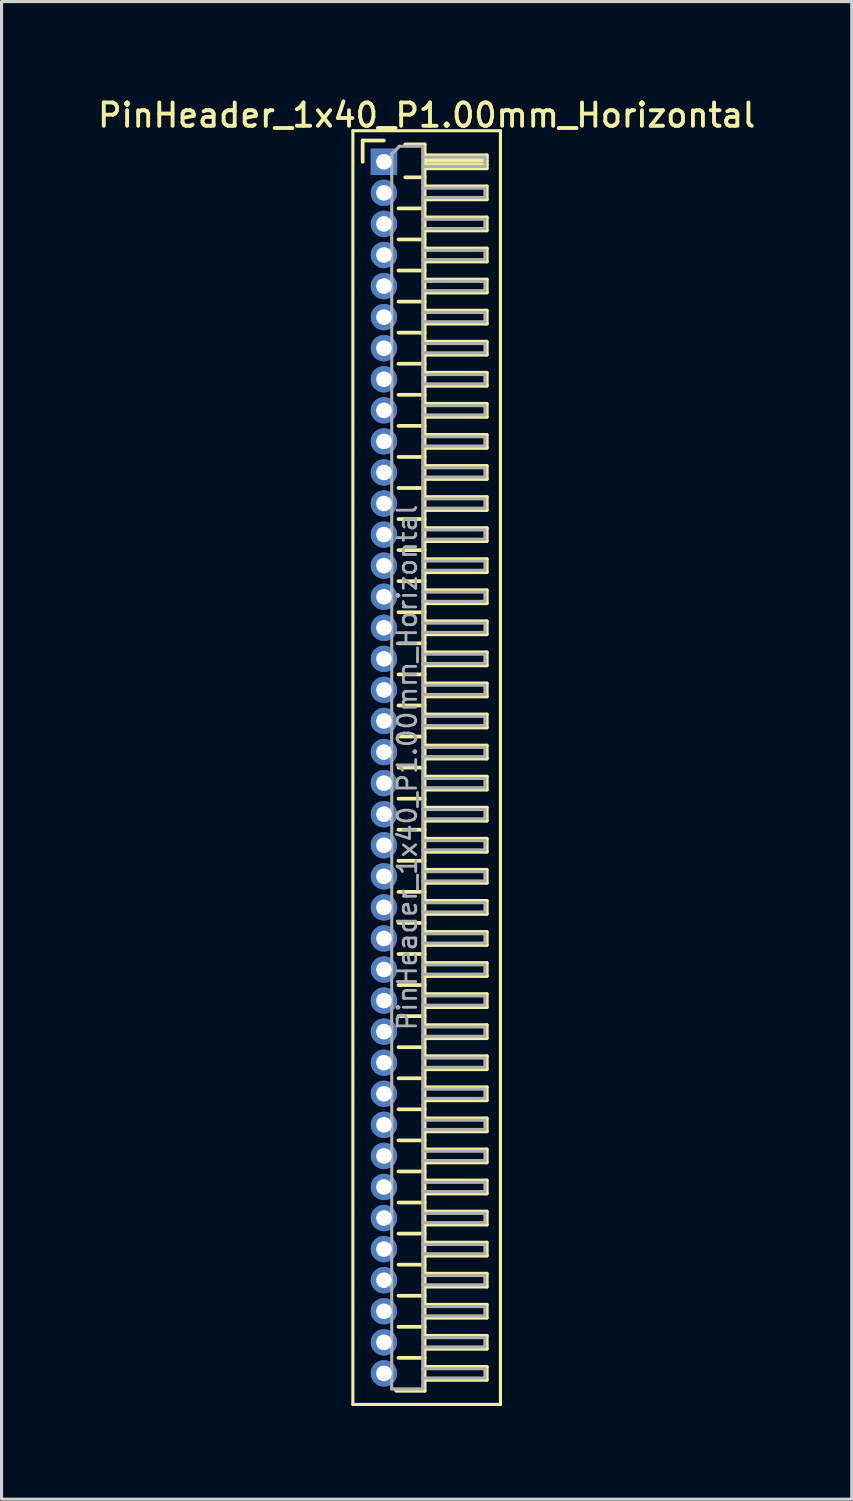
<source format=kicad_pcb>
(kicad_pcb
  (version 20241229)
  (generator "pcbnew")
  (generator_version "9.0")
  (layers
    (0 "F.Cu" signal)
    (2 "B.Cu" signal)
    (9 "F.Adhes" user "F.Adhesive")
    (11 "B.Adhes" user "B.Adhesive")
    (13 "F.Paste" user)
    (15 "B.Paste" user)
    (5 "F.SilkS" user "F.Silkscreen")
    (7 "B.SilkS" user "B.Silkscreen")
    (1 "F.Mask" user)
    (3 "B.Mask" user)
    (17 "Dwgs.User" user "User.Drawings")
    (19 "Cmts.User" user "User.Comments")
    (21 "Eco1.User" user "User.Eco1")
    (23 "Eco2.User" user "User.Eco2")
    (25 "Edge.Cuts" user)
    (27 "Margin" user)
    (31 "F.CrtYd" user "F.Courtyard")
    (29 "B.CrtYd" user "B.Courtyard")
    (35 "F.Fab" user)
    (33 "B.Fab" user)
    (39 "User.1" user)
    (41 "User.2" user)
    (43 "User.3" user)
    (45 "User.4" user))
  (footprint "PinHeader_1x40_P1.00mm_Horizontal"
    (layer "F.Cu")
    (at 9.309 2.158)
    (property "Reference" "PinHeader_1x40_P1.00mm_Horizontal" (at 1.375 -1.5 0) (layer "F.SilkS") (effects (font (size 0.75 0.75) (thickness 0.125))))
    (attr through_hole)
    (fp_line (start -1 -1) (end -1 40) (stroke (width 0.1) (type solid)) (layer "F.SilkS"))
    (fp_line (start -1 40) (end 3.75 40) (stroke (width 0.1) (type solid)) (layer "F.SilkS"))
    (fp_line (start -0.685 -0.685) (end 0 -0.685) (stroke (width 0.12) (type solid)) (layer "F.SilkS"))
    (fp_line (start -0.685 0) (end -0.685 -0.685) (stroke (width 0.12) (type solid)) (layer "F.SilkS"))
    (fp_line (start 0.468 1.5) (end 1.31 1.5) (stroke (width 0.12) (type solid)) (layer "F.SilkS"))
    (fp_line (start 0.468 2.5) (end 1.31 2.5) (stroke (width 0.12) (type solid)) (layer "F.SilkS"))
    (fp_line (start 0.468 3.5) (end 1.31 3.5) (stroke (width 0.12) (type solid)) (layer "F.SilkS"))
    (fp_line (start 0.468 4.5) (end 1.31 4.5) (stroke (width 0.12) (type solid)) (layer "F.SilkS"))
    (fp_line (start 0.468 5.5) (end 1.31 5.5) (stroke (width 0.12) (type solid)) (layer "F.SilkS"))
    (fp_line (start 0.468 6.5) (end 1.31 6.5) (stroke (width 0.12) (type solid)) (layer "F.SilkS"))
    (fp_line (start 0.468 7.5) (end 1.31 7.5) (stroke (width 0.12) (type solid)) (layer "F.SilkS"))
    (fp_line (start 0.468 8.5) (end 1.31 8.5) (stroke (width 0.12) (type solid)) (layer "F.SilkS"))
    (fp_line (start 0.468 9.5) (end 1.31 9.5) (stroke (width 0.12) (type solid)) (layer "F.SilkS"))
    (fp_line (start 0.468 10.5) (end 1.31 10.5) (stroke (width 0.12) (type solid)) (layer "F.SilkS"))
    (fp_line (start 0.468 11.5) (end 1.31 11.5) (stroke (width 0.12) (type solid)) (layer "F.SilkS"))
    (fp_line (start 0.468 12.5) (end 1.31 12.5) (stroke (width 0.12) (type solid)) (layer "F.SilkS"))
    (fp_line (start 0.468 13.5) (end 1.31 13.5) (stroke (width 0.12) (type solid)) (layer "F.SilkS"))
    (fp_line (start 0.468 14.5) (end 1.31 14.5) (stroke (width 0.12) (type solid)) (layer "F.SilkS"))
    (fp_line (start 0.468 15.5) (end 1.31 15.5) (stroke (width 0.12) (type solid)) (layer "F.SilkS"))
    (fp_line (start 0.468 16.5) (end 1.31 16.5) (stroke (width 0.12) (type solid)) (layer "F.SilkS"))
    (fp_line (start 0.468 17.5) (end 1.31 17.5) (stroke (width 0.12) (type solid)) (layer "F.SilkS"))
    (fp_line (start 0.468 18.5) (end 1.31 18.5) (stroke (width 0.12) (type solid)) (layer "F.SilkS"))
    (fp_line (start 0.468 19.5) (end 1.31 19.5) (stroke (width 0.12) (type solid)) (layer "F.SilkS"))
    (fp_line (start 0.468 20.5) (end 1.31 20.5) (stroke (width 0.12) (type solid)) (layer "F.SilkS"))
    (fp_line (start 0.468 21.5) (end 1.31 21.5) (stroke (width 0.12) (type solid)) (layer "F.SilkS"))
    (fp_line (start 0.468 22.5) (end 1.31 22.5) (stroke (width 0.12) (type solid)) (layer "F.SilkS"))
    (fp_line (start 0.468 23.5) (end 1.31 23.5) (stroke (width 0.12) (type solid)) (layer "F.SilkS"))
    (fp_line (start 0.468 24.5) (end 1.31 24.5) (stroke (width 0.12) (type solid)) (layer "F.SilkS"))
    (fp_line (start 0.468 25.5) (end 1.31 25.5) (stroke (width 0.12) (type solid)) (layer "F.SilkS"))
    (fp_line (start 0.468 26.5) (end 1.31 26.5) (stroke (width 0.12) (type solid)) (layer "F.SilkS"))
    (fp_line (start 0.468 27.5) (end 1.31 27.5) (stroke (width 0.12) (type solid)) (layer "F.SilkS"))
    (fp_line (start 0.468 28.5) (end 1.31 28.5) (stroke (width 0.12) (type solid)) (layer "F.SilkS"))
    (fp_line (start 0.468 29.5) (end 1.31 29.5) (stroke (width 0.12) (type solid)) (layer "F.SilkS"))
    (fp_line (start 0.468 30.5) (end 1.31 30.5) (stroke (width 0.12) (type solid)) (layer "F.SilkS"))
    (fp_line (start 0.468 31.5) (end 1.31 31.5) (stroke (width 0.12) (type solid)) (layer "F.SilkS"))
    (fp_line (start 0.468 32.5) (end 1.31 32.5) (stroke (width 0.12) (type solid)) (layer "F.SilkS"))
    (fp_line (start 0.468 33.5) (end 1.31 33.5) (stroke (width 0.12) (type solid)) (layer "F.SilkS"))
    (fp_line (start 0.468 34.5) (end 1.31 34.5) (stroke (width 0.12) (type solid)) (layer "F.SilkS"))
    (fp_line (start 0.468 35.5) (end 1.31 35.5) (stroke (width 0.12) (type solid)) (layer "F.SilkS"))
    (fp_line (start 0.468 36.5) (end 1.31 36.5) (stroke (width 0.12) (type solid)) (layer "F.SilkS"))
    (fp_line (start 0.468 37.5) (end 1.31 37.5) (stroke (width 0.12) (type solid)) (layer "F.SilkS"))
    (fp_line (start 0.468 38.5) (end 1.31 38.5) (stroke (width 0.12) (type solid)) (layer "F.SilkS"))
    (fp_line (start 0.685 -0.56) (end 1.31 -0.56) (stroke (width 0.12) (type solid)) (layer "F.SilkS"))
    (fp_line (start 0.685 0.5) (end 1.31 0.5) (stroke (width 0.12) (type solid)) (layer "F.SilkS"))
    (fp_line (start 1.31 -0.56) (end 1.31 39.56) (stroke (width 0.12) (type solid)) (layer "F.SilkS"))
    (fp_line (start 1.31 -0.21) (end 3.31 -0.21) (stroke (width 0.12) (type solid)) (layer "F.SilkS"))
    (fp_line (start 1.31 -0.15) (end 3.31 -0.15) (stroke (width 0.12) (type solid)) (layer "F.SilkS"))
    (fp_line (start 1.31 -0.03) (end 3.31 -0.03) (stroke (width 0.12) (type solid)) (layer "F.SilkS"))
    (fp_line (start 1.31 0.09) (end 3.31 0.09) (stroke (width 0.12) (type solid)) (layer "F.SilkS"))
    (fp_line (start 1.31 0.79) (end 3.31 0.79) (stroke (width 0.12) (type solid)) (layer "F.SilkS"))
    (fp_line (start 1.31 1.79) (end 3.31 1.79) (stroke (width 0.12) (type solid)) (layer "F.SilkS"))
    (fp_line (start 1.31 2.79) (end 3.31 2.79) (stroke (width 0.12) (type solid)) (layer "F.SilkS"))
    (fp_line (start 1.31 3.79) (end 3.31 3.79) (stroke (width 0.12) (type solid)) (layer "F.SilkS"))
    (fp_line (start 1.31 4.79) (end 3.31 4.79) (stroke (width 0.12) (type solid)) (layer "F.SilkS"))
    (fp_line (start 1.31 5.79) (end 3.31 5.79) (stroke (width 0.12) (type solid)) (layer "F.SilkS"))
    (fp_line (start 1.31 6.79) (end 3.31 6.79) (stroke (width 0.12) (type solid)) (layer "F.SilkS"))
    (fp_line (start 1.31 7.79) (end 3.31 7.79) (stroke (width 0.12) (type solid)) (layer "F.SilkS"))
    (fp_line (start 1.31 8.79) (end 3.31 8.79) (stroke (width 0.12) (type solid)) (layer "F.SilkS"))
    (fp_line (start 1.31 9.79) (end 3.31 9.79) (stroke (width 0.12) (type solid)) (layer "F.SilkS"))
    (fp_line (start 1.31 10.79) (end 3.31 10.79) (stroke (width 0.12) (type solid)) (layer "F.SilkS"))
    (fp_line (start 1.31 11.79) (end 3.31 11.79) (stroke (width 0.12) (type solid)) (layer "F.SilkS"))
    (fp_line (start 1.31 12.79) (end 3.31 12.79) (stroke (width 0.12) (type solid)) (layer "F.SilkS"))
    (fp_line (start 1.31 13.79) (end 3.31 13.79) (stroke (width 0.12) (type solid)) (layer "F.SilkS"))
    (fp_line (start 1.31 14.79) (end 3.31 14.79) (stroke (width 0.12) (type solid)) (layer "F.SilkS"))
    (fp_line (start 1.31 15.79) (end 3.31 15.79) (stroke (width 0.12) (type solid)) (layer "F.SilkS"))
    (fp_line (start 1.31 16.79) (end 3.31 16.79) (stroke (width 0.12) (type solid)) (layer "F.SilkS"))
    (fp_line (start 1.31 17.79) (end 3.31 17.79) (stroke (width 0.12) (type solid)) (layer "F.SilkS"))
    (fp_line (start 1.31 18.79) (end 3.31 18.79) (stroke (width 0.12) (type solid)) (layer "F.SilkS"))
    (fp_line (start 1.31 19.79) (end 3.31 19.79) (stroke (width 0.12) (type solid)) (layer "F.SilkS"))
    (fp_line (start 1.31 20.79) (end 3.31 20.79) (stroke (width 0.12) (type solid)) (layer "F.SilkS"))
    (fp_line (start 1.31 21.79) (end 3.31 21.79) (stroke (width 0.12) (type solid)) (layer "F.SilkS"))
    (fp_line (start 1.31 22.79) (end 3.31 22.79) (stroke (width 0.12) (type solid)) (layer "F.SilkS"))
    (fp_line (start 1.31 23.79) (end 3.31 23.79) (stroke (width 0.12) (type solid)) (layer "F.SilkS"))
    (fp_line (start 1.31 24.79) (end 3.31 24.79) (stroke (width 0.12) (type solid)) (layer "F.SilkS"))
    (fp_line (start 1.31 25.79) (end 3.31 25.79) (stroke (width 0.12) (type solid)) (layer "F.SilkS"))
    (fp_line (start 1.31 26.79) (end 3.31 26.79) (stroke (width 0.12) (type solid)) (layer "F.SilkS"))
    (fp_line (start 1.31 27.79) (end 3.31 27.79) (stroke (width 0.12) (type solid)) (layer "F.SilkS"))
    (fp_line (start 1.31 28.79) (end 3.31 28.79) (stroke (width 0.12) (type solid)) (layer "F.SilkS"))
    (fp_line (start 1.31 29.79) (end 3.31 29.79) (stroke (width 0.12) (type solid)) (layer "F.SilkS"))
    (fp_line (start 1.31 30.79) (end 3.31 30.79) (stroke (width 0.12) (type solid)) (layer "F.SilkS"))
    (fp_line (start 1.31 31.79) (end 3.31 31.79) (stroke (width 0.12) (type solid)) (layer "F.SilkS"))
    (fp_line (start 1.31 32.79) (end 3.31 32.79) (stroke (width 0.12) (type solid)) (layer "F.SilkS"))
    (fp_line (start 1.31 33.79) (end 3.31 33.79) (stroke (width 0.12) (type solid)) (layer "F.SilkS"))
    (fp_line (start 1.31 34.79) (end 3.31 34.79) (stroke (width 0.12) (type solid)) (layer "F.SilkS"))
    (fp_line (start 1.31 35.79) (end 3.31 35.79) (stroke (width 0.12) (type solid)) (layer "F.SilkS"))
    (fp_line (start 1.31 36.79) (end 3.31 36.79) (stroke (width 0.12) (type solid)) (layer "F.SilkS"))
    (fp_line (start 1.31 37.79) (end 3.31 37.79) (stroke (width 0.12) (type solid)) (layer "F.SilkS"))
    (fp_line (start 1.31 38.79) (end 3.31 38.79) (stroke (width 0.12) (type solid)) (layer "F.SilkS"))
    (fp_line (start 1.31 39.56) (end 0.394 39.56) (stroke (width 0.12) (type solid)) (layer "F.SilkS"))
    (fp_line (start 3.31 -0.21) (end 3.31 0.21) (stroke (width 0.12) (type solid)) (layer "F.SilkS"))
    (fp_line (start 3.31 0.21) (end 1.31 0.21) (stroke (width 0.12) (type solid)) (layer "F.SilkS"))
    (fp_line (start 3.31 0.79) (end 3.31 1.21) (stroke (width 0.12) (type solid)) (layer "F.SilkS"))
    (fp_line (start 3.31 1.21) (end 1.31 1.21) (stroke (width 0.12) (type solid)) (layer "F.SilkS"))
    (fp_line (start 3.31 1.79) (end 3.31 2.21) (stroke (width 0.12) (type solid)) (layer "F.SilkS"))
    (fp_line (start 3.31 2.21) (end 1.31 2.21) (stroke (width 0.12) (type solid)) (layer "F.SilkS"))
    (fp_line (start 3.31 2.79) (end 3.31 3.21) (stroke (width 0.12) (type solid)) (layer "F.SilkS"))
    (fp_line (start 3.31 3.21) (end 1.31 3.21) (stroke (width 0.12) (type solid)) (layer "F.SilkS"))
    (fp_line (start 3.31 3.79) (end 3.31 4.21) (stroke (width 0.12) (type solid)) (layer "F.SilkS"))
    (fp_line (start 3.31 4.21) (end 1.31 4.21) (stroke (width 0.12) (type solid)) (layer "F.SilkS"))
    (fp_line (start 3.31 4.79) (end 3.31 5.21) (stroke (width 0.12) (type solid)) (layer "F.SilkS"))
    (fp_line (start 3.31 5.21) (end 1.31 5.21) (stroke (width 0.12) (type solid)) (layer "F.SilkS"))
    (fp_line (start 3.31 5.79) (end 3.31 6.21) (stroke (width 0.12) (type solid)) (layer "F.SilkS"))
    (fp_line (start 3.31 6.21) (end 1.31 6.21) (stroke (width 0.12) (type solid)) (layer "F.SilkS"))
    (fp_line (start 3.31 6.79) (end 3.31 7.21) (stroke (width 0.12) (type solid)) (layer "F.SilkS"))
    (fp_line (start 3.31 7.21) (end 1.31 7.21) (stroke (width 0.12) (type solid)) (layer "F.SilkS"))
    (fp_line (start 3.31 7.79) (end 3.31 8.21) (stroke (width 0.12) (type solid)) (layer "F.SilkS"))
    (fp_line (start 3.31 8.21) (end 1.31 8.21) (stroke (width 0.12) (type solid)) (layer "F.SilkS"))
    (fp_line (start 3.31 8.79) (end 3.31 9.21) (stroke (width 0.12) (type solid)) (layer "F.SilkS"))
    (fp_line (start 3.31 9.21) (end 1.31 9.21) (stroke (width 0.12) (type solid)) (layer "F.SilkS"))
    (fp_line (start 3.31 9.79) (end 3.31 10.21) (stroke (width 0.12) (type solid)) (layer "F.SilkS"))
    (fp_line (start 3.31 10.21) (end 1.31 10.21) (stroke (width 0.12) (type solid)) (layer "F.SilkS"))
    (fp_line (start 3.31 10.79) (end 3.31 11.21) (stroke (width 0.12) (type solid)) (layer "F.SilkS"))
    (fp_line (start 3.31 11.21) (end 1.31 11.21) (stroke (width 0.12) (type solid)) (layer "F.SilkS"))
    (fp_line (start 3.31 11.79) (end 3.31 12.21) (stroke (width 0.12) (type solid)) (layer "F.SilkS"))
    (fp_line (start 3.31 12.21) (end 1.31 12.21) (stroke (width 0.12) (type solid)) (layer "F.SilkS"))
    (fp_line (start 3.31 12.79) (end 3.31 13.21) (stroke (width 0.12) (type solid)) (layer "F.SilkS"))
    (fp_line (start 3.31 13.21) (end 1.31 13.21) (stroke (width 0.12) (type solid)) (layer "F.SilkS"))
    (fp_line (start 3.31 13.79) (end 3.31 14.21) (stroke (width 0.12) (type solid)) (layer "F.SilkS"))
    (fp_line (start 3.31 14.21) (end 1.31 14.21) (stroke (width 0.12) (type solid)) (layer "F.SilkS"))
    (fp_line (start 3.31 14.79) (end 3.31 15.21) (stroke (width 0.12) (type solid)) (layer "F.SilkS"))
    (fp_line (start 3.31 15.21) (end 1.31 15.21) (stroke (width 0.12) (type solid)) (layer "F.SilkS"))
    (fp_line (start 3.31 15.79) (end 3.31 16.21) (stroke (width 0.12) (type solid)) (layer "F.SilkS"))
    (fp_line (start 3.31 16.21) (end 1.31 16.21) (stroke (width 0.12) (type solid)) (layer "F.SilkS"))
    (fp_line (start 3.31 16.79) (end 3.31 17.21) (stroke (width 0.12) (type solid)) (layer "F.SilkS"))
    (fp_line (start 3.31 17.21) (end 1.31 17.21) (stroke (width 0.12) (type solid)) (layer "F.SilkS"))
    (fp_line (start 3.31 17.79) (end 3.31 18.21) (stroke (width 0.12) (type solid)) (layer "F.SilkS"))
    (fp_line (start 3.31 18.21) (end 1.31 18.21) (stroke (width 0.12) (type solid)) (layer "F.SilkS"))
    (fp_line (start 3.31 18.79) (end 3.31 19.21) (stroke (width 0.12) (type solid)) (layer "F.SilkS"))
    (fp_line (start 3.31 19.21) (end 1.31 19.21) (stroke (width 0.12) (type solid)) (layer "F.SilkS"))
    (fp_line (start 3.31 19.79) (end 3.31 20.21) (stroke (width 0.12) (type solid)) (layer "F.SilkS"))
    (fp_line (start 3.31 20.21) (end 1.31 20.21) (stroke (width 0.12) (type solid)) (layer "F.SilkS"))
    (fp_line (start 3.31 20.79) (end 3.31 21.21) (stroke (width 0.12) (type solid)) (layer "F.SilkS"))
    (fp_line (start 3.31 21.21) (end 1.31 21.21) (stroke (width 0.12) (type solid)) (layer "F.SilkS"))
    (fp_line (start 3.31 21.79) (end 3.31 22.21) (stroke (width 0.12) (type solid)) (layer "F.SilkS"))
    (fp_line (start 3.31 22.21) (end 1.31 22.21) (stroke (width 0.12) (type solid)) (layer "F.SilkS"))
    (fp_line (start 3.31 22.79) (end 3.31 23.21) (stroke (width 0.12) (type solid)) (layer "F.SilkS"))
    (fp_line (start 3.31 23.21) (end 1.31 23.21) (stroke (width 0.12) (type solid)) (layer "F.SilkS"))
    (fp_line (start 3.31 23.79) (end 3.31 24.21) (stroke (width 0.12) (type solid)) (layer "F.SilkS"))
    (fp_line (start 3.31 24.21) (end 1.31 24.21) (stroke (width 0.12) (type solid)) (layer "F.SilkS"))
    (fp_line (start 3.31 24.79) (end 3.31 25.21) (stroke (width 0.12) (type solid)) (layer "F.SilkS"))
    (fp_line (start 3.31 25.21) (end 1.31 25.21) (stroke (width 0.12) (type solid)) (layer "F.SilkS"))
    (fp_line (start 3.31 25.79) (end 3.31 26.21) (stroke (width 0.12) (type solid)) (layer "F.SilkS"))
    (fp_line (start 3.31 26.21) (end 1.31 26.21) (stroke (width 0.12) (type solid)) (layer "F.SilkS"))
    (fp_line (start 3.31 26.79) (end 3.31 27.21) (stroke (width 0.12) (type solid)) (layer "F.SilkS"))
    (fp_line (start 3.31 27.21) (end 1.31 27.21) (stroke (width 0.12) (type solid)) (layer "F.SilkS"))
    (fp_line (start 3.31 27.79) (end 3.31 28.21) (stroke (width 0.12) (type solid)) (layer "F.SilkS"))
    (fp_line (start 3.31 28.21) (end 1.31 28.21) (stroke (width 0.12) (type solid)) (layer "F.SilkS"))
    (fp_line (start 3.31 28.79) (end 3.31 29.21) (stroke (width 0.12) (type solid)) (layer "F.SilkS"))
    (fp_line (start 3.31 29.21) (end 1.31 29.21) (stroke (width 0.12) (type solid)) (layer "F.SilkS"))
    (fp_line (start 3.31 29.79) (end 3.31 30.21) (stroke (width 0.12) (type solid)) (layer "F.SilkS"))
    (fp_line (start 3.31 30.21) (end 1.31 30.21) (stroke (width 0.12) (type solid)) (layer "F.SilkS"))
    (fp_line (start 3.31 30.79) (end 3.31 31.21) (stroke (width 0.12) (type solid)) (layer "F.SilkS"))
    (fp_line (start 3.31 31.21) (end 1.31 31.21) (stroke (width 0.12) (type solid)) (layer "F.SilkS"))
    (fp_line (start 3.31 31.79) (end 3.31 32.21) (stroke (width 0.12) (type solid)) (layer "F.SilkS"))
    (fp_line (start 3.31 32.21) (end 1.31 32.21) (stroke (width 0.12) (type solid)) (layer "F.SilkS"))
    (fp_line (start 3.31 32.79) (end 3.31 33.21) (stroke (width 0.12) (type solid)) (layer "F.SilkS"))
    (fp_line (start 3.31 33.21) (end 1.31 33.21) (stroke (width 0.12) (type solid)) (layer "F.SilkS"))
    (fp_line (start 3.31 33.79) (end 3.31 34.21) (stroke (width 0.12) (type solid)) (layer "F.SilkS"))
    (fp_line (start 3.31 34.21) (end 1.31 34.21) (stroke (width 0.12) (type solid)) (layer "F.SilkS"))
    (fp_line (start 3.31 34.79) (end 3.31 35.21) (stroke (width 0.12) (type solid)) (layer "F.SilkS"))
    (fp_line (start 3.31 35.21) (end 1.31 35.21) (stroke (width 0.12) (type solid)) (layer "F.SilkS"))
    (fp_line (start 3.31 35.79) (end 3.31 36.21) (stroke (width 0.12) (type solid)) (layer "F.SilkS"))
    (fp_line (start 3.31 36.21) (end 1.31 36.21) (stroke (width 0.12) (type solid)) (layer "F.SilkS"))
    (fp_line (start 3.31 36.79) (end 3.31 37.21) (stroke (width 0.12) (type solid)) (layer "F.SilkS"))
    (fp_line (start 3.31 37.21) (end 1.31 37.21) (stroke (width 0.12) (type solid)) (layer "F.SilkS"))
    (fp_line (start 3.31 37.79) (end 3.31 38.21) (stroke (width 0.12) (type solid)) (layer "F.SilkS"))
    (fp_line (start 3.31 38.21) (end 1.31 38.21) (stroke (width 0.12) (type solid)) (layer "F.SilkS"))
    (fp_line (start 3.31 38.79) (end 3.31 39.21) (stroke (width 0.12) (type solid)) (layer "F.SilkS"))
    (fp_line (start 3.31 39.21) (end 1.31 39.21) (stroke (width 0.12) (type solid)) (layer "F.SilkS"))
    (fp_line (start 3.75 -1) (end -1 -1) (stroke (width 0.1) (type solid)) (layer "F.SilkS"))
    (fp_line (start 3.75 40) (end 3.75 -1) (stroke (width 0.1) (type solid)) (layer "F.SilkS"))
    (fp_line (start -0.15 -0.15) (end -0.15 0.15) (stroke (width 0.1) (type solid)) (layer "F.Fab"))
    (fp_line (start -0.15 -0.15) (end 0.25 -0.15) (stroke (width 0.1) (type solid)) (layer "F.Fab"))
    (fp_line (start -0.15 0.15) (end 0.25 0.15) (stroke (width 0.1) (type solid)) (layer "F.Fab"))
    (fp_line (start -0.15 0.85) (end -0.15 1.15) (stroke (width 0.1) (type solid)) (layer "F.Fab"))
    (fp_line (start -0.15 0.85) (end 0.25 0.85) (stroke (width 0.1) (type solid)) (layer "F.Fab"))
    (fp_line (start -0.15 1.15) (end 0.25 1.15) (stroke (width 0.1) (type solid)) (layer "F.Fab"))
    (fp_line (start -0.15 1.85) (end -0.15 2.15) (stroke (width 0.1) (type solid)) (layer "F.Fab"))
    (fp_line (start -0.15 1.85) (end 0.25 1.85) (stroke (width 0.1) (type solid)) (layer "F.Fab"))
    (fp_line (start -0.15 2.15) (end 0.25 2.15) (stroke (width 0.1) (type solid)) (layer "F.Fab"))
    (fp_line (start -0.15 2.85) (end -0.15 3.15) (stroke (width 0.1) (type solid)) (layer "F.Fab"))
    (fp_line (start -0.15 2.85) (end 0.25 2.85) (stroke (width 0.1) (type solid)) (layer "F.Fab"))
    (fp_line (start -0.15 3.15) (end 0.25 3.15) (stroke (width 0.1) (type solid)) (layer "F.Fab"))
    (fp_line (start -0.15 3.85) (end -0.15 4.15) (stroke (width 0.1) (type solid)) (layer "F.Fab"))
    (fp_line (start -0.15 3.85) (end 0.25 3.85) (stroke (width 0.1) (type solid)) (layer "F.Fab"))
    (fp_line (start -0.15 4.15) (end 0.25 4.15) (stroke (width 0.1) (type solid)) (layer "F.Fab"))
    (fp_line (start -0.15 4.85) (end -0.15 5.15) (stroke (width 0.1) (type solid)) (layer "F.Fab"))
    (fp_line (start -0.15 4.85) (end 0.25 4.85) (stroke (width 0.1) (type solid)) (layer "F.Fab"))
    (fp_line (start -0.15 5.15) (end 0.25 5.15) (stroke (width 0.1) (type solid)) (layer "F.Fab"))
    (fp_line (start -0.15 5.85) (end -0.15 6.15) (stroke (width 0.1) (type solid)) (layer "F.Fab"))
    (fp_line (start -0.15 5.85) (end 0.25 5.85) (stroke (width 0.1) (type solid)) (layer "F.Fab"))
    (fp_line (start -0.15 6.15) (end 0.25 6.15) (stroke (width 0.1) (type solid)) (layer "F.Fab"))
    (fp_line (start -0.15 6.85) (end -0.15 7.15) (stroke (width 0.1) (type solid)) (layer "F.Fab"))
    (fp_line (start -0.15 6.85) (end 0.25 6.85) (stroke (width 0.1) (type solid)) (layer "F.Fab"))
    (fp_line (start -0.15 7.15) (end 0.25 7.15) (stroke (width 0.1) (type solid)) (layer "F.Fab"))
    (fp_line (start -0.15 7.85) (end -0.15 8.15) (stroke (width 0.1) (type solid)) (layer "F.Fab"))
    (fp_line (start -0.15 7.85) (end 0.25 7.85) (stroke (width 0.1) (type solid)) (layer "F.Fab"))
    (fp_line (start -0.15 8.15) (end 0.25 8.15) (stroke (width 0.1) (type solid)) (layer "F.Fab"))
    (fp_line (start -0.15 8.85) (end -0.15 9.15) (stroke (width 0.1) (type solid)) (layer "F.Fab"))
    (fp_line (start -0.15 8.85) (end 0.25 8.85) (stroke (width 0.1) (type solid)) (layer "F.Fab"))
    (fp_line (start -0.15 9.15) (end 0.25 9.15) (stroke (width 0.1) (type solid)) (layer "F.Fab"))
    (fp_line (start -0.15 9.85) (end -0.15 10.15) (stroke (width 0.1) (type solid)) (layer "F.Fab"))
    (fp_line (start -0.15 9.85) (end 0.25 9.85) (stroke (width 0.1) (type solid)) (layer "F.Fab"))
    (fp_line (start -0.15 10.15) (end 0.25 10.15) (stroke (width 0.1) (type solid)) (layer "F.Fab"))
    (fp_line (start -0.15 10.85) (end -0.15 11.15) (stroke (width 0.1) (type solid)) (layer "F.Fab"))
    (fp_line (start -0.15 10.85) (end 0.25 10.85) (stroke (width 0.1) (type solid)) (layer "F.Fab"))
    (fp_line (start -0.15 11.15) (end 0.25 11.15) (stroke (width 0.1) (type solid)) (layer "F.Fab"))
    (fp_line (start -0.15 11.85) (end -0.15 12.15) (stroke (width 0.1) (type solid)) (layer "F.Fab"))
    (fp_line (start -0.15 11.85) (end 0.25 11.85) (stroke (width 0.1) (type solid)) (layer "F.Fab"))
    (fp_line (start -0.15 12.15) (end 0.25 12.15) (stroke (width 0.1) (type solid)) (layer "F.Fab"))
    (fp_line (start -0.15 12.85) (end -0.15 13.15) (stroke (width 0.1) (type solid)) (layer "F.Fab"))
    (fp_line (start -0.15 12.85) (end 0.25 12.85) (stroke (width 0.1) (type solid)) (layer "F.Fab"))
    (fp_line (start -0.15 13.15) (end 0.25 13.15) (stroke (width 0.1) (type solid)) (layer "F.Fab"))
    (fp_line (start -0.15 13.85) (end -0.15 14.15) (stroke (width 0.1) (type solid)) (layer "F.Fab"))
    (fp_line (start -0.15 13.85) (end 0.25 13.85) (stroke (width 0.1) (type solid)) (layer "F.Fab"))
    (fp_line (start -0.15 14.15) (end 0.25 14.15) (stroke (width 0.1) (type solid)) (layer "F.Fab"))
    (fp_line (start -0.15 14.85) (end -0.15 15.15) (stroke (width 0.1) (type solid)) (layer "F.Fab"))
    (fp_line (start -0.15 14.85) (end 0.25 14.85) (stroke (width 0.1) (type solid)) (layer "F.Fab"))
    (fp_line (start -0.15 15.15) (end 0.25 15.15) (stroke (width 0.1) (type solid)) (layer "F.Fab"))
    (fp_line (start -0.15 15.85) (end -0.15 16.15) (stroke (width 0.1) (type solid)) (layer "F.Fab"))
    (fp_line (start -0.15 15.85) (end 0.25 15.85) (stroke (width 0.1) (type solid)) (layer "F.Fab"))
    (fp_line (start -0.15 16.15) (end 0.25 16.15) (stroke (width 0.1) (type solid)) (layer "F.Fab"))
    (fp_line (start -0.15 16.85) (end -0.15 17.15) (stroke (width 0.1) (type solid)) (layer "F.Fab"))
    (fp_line (start -0.15 16.85) (end 0.25 16.85) (stroke (width 0.1) (type solid)) (layer "F.Fab"))
    (fp_line (start -0.15 17.15) (end 0.25 17.15) (stroke (width 0.1) (type solid)) (layer "F.Fab"))
    (fp_line (start -0.15 17.85) (end -0.15 18.15) (stroke (width 0.1) (type solid)) (layer "F.Fab"))
    (fp_line (start -0.15 17.85) (end 0.25 17.85) (stroke (width 0.1) (type solid)) (layer "F.Fab"))
    (fp_line (start -0.15 18.15) (end 0.25 18.15) (stroke (width 0.1) (type solid)) (layer "F.Fab"))
    (fp_line (start -0.15 18.85) (end -0.15 19.15) (stroke (width 0.1) (type solid)) (layer "F.Fab"))
    (fp_line (start -0.15 18.85) (end 0.25 18.85) (stroke (width 0.1) (type solid)) (layer "F.Fab"))
    (fp_line (start -0.15 19.15) (end 0.25 19.15) (stroke (width 0.1) (type solid)) (layer "F.Fab"))
    (fp_line (start -0.15 19.85) (end -0.15 20.15) (stroke (width 0.1) (type solid)) (layer "F.Fab"))
    (fp_line (start -0.15 19.85) (end 0.25 19.85) (stroke (width 0.1) (type solid)) (layer "F.Fab"))
    (fp_line (start -0.15 20.15) (end 0.25 20.15) (stroke (width 0.1) (type solid)) (layer "F.Fab"))
    (fp_line (start -0.15 20.85) (end -0.15 21.15) (stroke (width 0.1) (type solid)) (layer "F.Fab"))
    (fp_line (start -0.15 20.85) (end 0.25 20.85) (stroke (width 0.1) (type solid)) (layer "F.Fab"))
    (fp_line (start -0.15 21.15) (end 0.25 21.15) (stroke (width 0.1) (type solid)) (layer "F.Fab"))
    (fp_line (start -0.15 21.85) (end -0.15 22.15) (stroke (width 0.1) (type solid)) (layer "F.Fab"))
    (fp_line (start -0.15 21.85) (end 0.25 21.85) (stroke (width 0.1) (type solid)) (layer "F.Fab"))
    (fp_line (start -0.15 22.15) (end 0.25 22.15) (stroke (width 0.1) (type solid)) (layer "F.Fab"))
    (fp_line (start -0.15 22.85) (end -0.15 23.15) (stroke (width 0.1) (type solid)) (layer "F.Fab"))
    (fp_line (start -0.15 22.85) (end 0.25 22.85) (stroke (width 0.1) (type solid)) (layer "F.Fab"))
    (fp_line (start -0.15 23.15) (end 0.25 23.15) (stroke (width 0.1) (type solid)) (layer "F.Fab"))
    (fp_line (start -0.15 23.85) (end -0.15 24.15) (stroke (width 0.1) (type solid)) (layer "F.Fab"))
    (fp_line (start -0.15 23.85) (end 0.25 23.85) (stroke (width 0.1) (type solid)) (layer "F.Fab"))
    (fp_line (start -0.15 24.15) (end 0.25 24.15) (stroke (width 0.1) (type solid)) (layer "F.Fab"))
    (fp_line (start -0.15 24.85) (end -0.15 25.15) (stroke (width 0.1) (type solid)) (layer "F.Fab"))
    (fp_line (start -0.15 24.85) (end 0.25 24.85) (stroke (width 0.1) (type solid)) (layer "F.Fab"))
    (fp_line (start -0.15 25.15) (end 0.25 25.15) (stroke (width 0.1) (type solid)) (layer "F.Fab"))
    (fp_line (start -0.15 25.85) (end -0.15 26.15) (stroke (width 0.1) (type solid)) (layer "F.Fab"))
    (fp_line (start -0.15 25.85) (end 0.25 25.85) (stroke (width 0.1) (type solid)) (layer "F.Fab"))
    (fp_line (start -0.15 26.15) (end 0.25 26.15) (stroke (width 0.1) (type solid)) (layer "F.Fab"))
    (fp_line (start -0.15 26.85) (end -0.15 27.15) (stroke (width 0.1) (type solid)) (layer "F.Fab"))
    (fp_line (start -0.15 26.85) (end 0.25 26.85) (stroke (width 0.1) (type solid)) (layer "F.Fab"))
    (fp_line (start -0.15 27.15) (end 0.25 27.15) (stroke (width 0.1) (type solid)) (layer "F.Fab"))
    (fp_line (start -0.15 27.85) (end -0.15 28.15) (stroke (width 0.1) (type solid)) (layer "F.Fab"))
    (fp_line (start -0.15 27.85) (end 0.25 27.85) (stroke (width 0.1) (type solid)) (layer "F.Fab"))
    (fp_line (start -0.15 28.15) (end 0.25 28.15) (stroke (width 0.1) (type solid)) (layer "F.Fab"))
    (fp_line (start -0.15 28.85) (end -0.15 29.15) (stroke (width 0.1) (type solid)) (layer "F.Fab"))
    (fp_line (start -0.15 28.85) (end 0.25 28.85) (stroke (width 0.1) (type solid)) (layer "F.Fab"))
    (fp_line (start -0.15 29.15) (end 0.25 29.15) (stroke (width 0.1) (type solid)) (layer "F.Fab"))
    (fp_line (start -0.15 29.85) (end -0.15 30.15) (stroke (width 0.1) (type solid)) (layer "F.Fab"))
    (fp_line (start -0.15 29.85) (end 0.25 29.85) (stroke (width 0.1) (type solid)) (layer "F.Fab"))
    (fp_line (start -0.15 30.15) (end 0.25 30.15) (stroke (width 0.1) (type solid)) (layer "F.Fab"))
    (fp_line (start -0.15 30.85) (end -0.15 31.15) (stroke (width 0.1) (type solid)) (layer "F.Fab"))
    (fp_line (start -0.15 30.85) (end 0.25 30.85) (stroke (width 0.1) (type solid)) (layer "F.Fab"))
    (fp_line (start -0.15 31.15) (end 0.25 31.15) (stroke (width 0.1) (type solid)) (layer "F.Fab"))
    (fp_line (start -0.15 31.85) (end -0.15 32.15) (stroke (width 0.1) (type solid)) (layer "F.Fab"))
    (fp_line (start -0.15 31.85) (end 0.25 31.85) (stroke (width 0.1) (type solid)) (layer "F.Fab"))
    (fp_line (start -0.15 32.15) (end 0.25 32.15) (stroke (width 0.1) (type solid)) (layer "F.Fab"))
    (fp_line (start -0.15 32.85) (end -0.15 33.15) (stroke (width 0.1) (type solid)) (layer "F.Fab"))
    (fp_line (start -0.15 32.85) (end 0.25 32.85) (stroke (width 0.1) (type solid)) (layer "F.Fab"))
    (fp_line (start -0.15 33.15) (end 0.25 33.15) (stroke (width 0.1) (type solid)) (layer "F.Fab"))
    (fp_line (start -0.15 33.85) (end -0.15 34.15) (stroke (width 0.1) (type solid)) (layer "F.Fab"))
    (fp_line (start -0.15 33.85) (end 0.25 33.85) (stroke (width 0.1) (type solid)) (layer "F.Fab"))
    (fp_line (start -0.15 34.15) (end 0.25 34.15) (stroke (width 0.1) (type solid)) (layer "F.Fab"))
    (fp_line (start -0.15 34.85) (end -0.15 35.15) (stroke (width 0.1) (type solid)) (layer "F.Fab"))
    (fp_line (start -0.15 34.85) (end 0.25 34.85) (stroke (width 0.1) (type solid)) (layer "F.Fab"))
    (fp_line (start -0.15 35.15) (end 0.25 35.15) (stroke (width 0.1) (type solid)) (layer "F.Fab"))
    (fp_line (start -0.15 35.85) (end -0.15 36.15) (stroke (width 0.1) (type solid)) (layer "F.Fab"))
    (fp_line (start -0.15 35.85) (end 0.25 35.85) (stroke (width 0.1) (type solid)) (layer "F.Fab"))
    (fp_line (start -0.15 36.15) (end 0.25 36.15) (stroke (width 0.1) (type solid)) (layer "F.Fab"))
    (fp_line (start -0.15 36.85) (end -0.15 37.15) (stroke (width 0.1) (type solid)) (layer "F.Fab"))
    (fp_line (start -0.15 36.85) (end 0.25 36.85) (stroke (width 0.1) (type solid)) (layer "F.Fab"))
    (fp_line (start -0.15 37.15) (end 0.25 37.15) (stroke (width 0.1) (type solid)) (layer "F.Fab"))
    (fp_line (start -0.15 37.85) (end -0.15 38.15) (stroke (width 0.1) (type solid)) (layer "F.Fab"))
    (fp_line (start -0.15 37.85) (end 0.25 37.85) (stroke (width 0.1) (type solid)) (layer "F.Fab"))
    (fp_line (start -0.15 38.15) (end 0.25 38.15) (stroke (width 0.1) (type solid)) (layer "F.Fab"))
    (fp_line (start -0.15 38.85) (end -0.15 39.15) (stroke (width 0.1) (type solid)) (layer "F.Fab"))
    (fp_line (start -0.15 38.85) (end 0.25 38.85) (stroke (width 0.1) (type solid)) (layer "F.Fab"))
    (fp_line (start -0.15 39.15) (end 0.25 39.15) (stroke (width 0.1) (type solid)) (layer "F.Fab"))
    (fp_line (start 0.25 -0.25) (end 0.5 -0.5) (stroke (width 0.1) (type solid)) (layer "F.Fab"))
    (fp_line (start 0.25 39.5) (end 0.25 -0.25) (stroke (width 0.1) (type solid)) (layer "F.Fab"))
    (fp_line (start 0.5 -0.5) (end 1.25 -0.5) (stroke (width 0.1) (type solid)) (layer "F.Fab"))
    (fp_line (start 1.25 -0.5) (end 1.25 39.5) (stroke (width 0.1) (type solid)) (layer "F.Fab"))
    (fp_line (start 1.25 -0.15) (end 3.25 -0.15) (stroke (width 0.1) (type solid)) (layer "F.Fab"))
    (fp_line (start 1.25 0.15) (end 3.25 0.15) (stroke (width 0.1) (type solid)) (layer "F.Fab"))
    (fp_line (start 1.25 0.85) (end 3.25 0.85) (stroke (width 0.1) (type solid)) (layer "F.Fab"))
    (fp_line (start 1.25 1.15) (end 3.25 1.15) (stroke (width 0.1) (type solid)) (layer "F.Fab"))
    (fp_line (start 1.25 1.85) (end 3.25 1.85) (stroke (width 0.1) (type solid)) (layer "F.Fab"))
    (fp_line (start 1.25 2.15) (end 3.25 2.15) (stroke (width 0.1) (type solid)) (layer "F.Fab"))
    (fp_line (start 1.25 2.85) (end 3.25 2.85) (stroke (width 0.1) (type solid)) (layer "F.Fab"))
    (fp_line (start 1.25 3.15) (end 3.25 3.15) (stroke (width 0.1) (type solid)) (layer "F.Fab"))
    (fp_line (start 1.25 3.85) (end 3.25 3.85) (stroke (width 0.1) (type solid)) (layer "F.Fab"))
    (fp_line (start 1.25 4.15) (end 3.25 4.15) (stroke (width 0.1) (type solid)) (layer "F.Fab"))
    (fp_line (start 1.25 4.85) (end 3.25 4.85) (stroke (width 0.1) (type solid)) (layer "F.Fab"))
    (fp_line (start 1.25 5.15) (end 3.25 5.15) (stroke (width 0.1) (type solid)) (layer "F.Fab"))
    (fp_line (start 1.25 5.85) (end 3.25 5.85) (stroke (width 0.1) (type solid)) (layer "F.Fab"))
    (fp_line (start 1.25 6.15) (end 3.25 6.15) (stroke (width 0.1) (type solid)) (layer "F.Fab"))
    (fp_line (start 1.25 6.85) (end 3.25 6.85) (stroke (width 0.1) (type solid)) (layer "F.Fab"))
    (fp_line (start 1.25 7.15) (end 3.25 7.15) (stroke (width 0.1) (type solid)) (layer "F.Fab"))
    (fp_line (start 1.25 7.85) (end 3.25 7.85) (stroke (width 0.1) (type solid)) (layer "F.Fab"))
    (fp_line (start 1.25 8.15) (end 3.25 8.15) (stroke (width 0.1) (type solid)) (layer "F.Fab"))
    (fp_line (start 1.25 8.85) (end 3.25 8.85) (stroke (width 0.1) (type solid)) (layer "F.Fab"))
    (fp_line (start 1.25 9.15) (end 3.25 9.15) (stroke (width 0.1) (type solid)) (layer "F.Fab"))
    (fp_line (start 1.25 9.85) (end 3.25 9.85) (stroke (width 0.1) (type solid)) (layer "F.Fab"))
    (fp_line (start 1.25 10.15) (end 3.25 10.15) (stroke (width 0.1) (type solid)) (layer "F.Fab"))
    (fp_line (start 1.25 10.85) (end 3.25 10.85) (stroke (width 0.1) (type solid)) (layer "F.Fab"))
    (fp_line (start 1.25 11.15) (end 3.25 11.15) (stroke (width 0.1) (type solid)) (layer "F.Fab"))
    (fp_line (start 1.25 11.85) (end 3.25 11.85) (stroke (width 0.1) (type solid)) (layer "F.Fab"))
    (fp_line (start 1.25 12.15) (end 3.25 12.15) (stroke (width 0.1) (type solid)) (layer "F.Fab"))
    (fp_line (start 1.25 12.85) (end 3.25 12.85) (stroke (width 0.1) (type solid)) (layer "F.Fab"))
    (fp_line (start 1.25 13.15) (end 3.25 13.15) (stroke (width 0.1) (type solid)) (layer "F.Fab"))
    (fp_line (start 1.25 13.85) (end 3.25 13.85) (stroke (width 0.1) (type solid)) (layer "F.Fab"))
    (fp_line (start 1.25 14.15) (end 3.25 14.15) (stroke (width 0.1) (type solid)) (layer "F.Fab"))
    (fp_line (start 1.25 14.85) (end 3.25 14.85) (stroke (width 0.1) (type solid)) (layer "F.Fab"))
    (fp_line (start 1.25 15.15) (end 3.25 15.15) (stroke (width 0.1) (type solid)) (layer "F.Fab"))
    (fp_line (start 1.25 15.85) (end 3.25 15.85) (stroke (width 0.1) (type solid)) (layer "F.Fab"))
    (fp_line (start 1.25 16.15) (end 3.25 16.15) (stroke (width 0.1) (type solid)) (layer "F.Fab"))
    (fp_line (start 1.25 16.85) (end 3.25 16.85) (stroke (width 0.1) (type solid)) (layer "F.Fab"))
    (fp_line (start 1.25 17.15) (end 3.25 17.15) (stroke (width 0.1) (type solid)) (layer "F.Fab"))
    (fp_line (start 1.25 17.85) (end 3.25 17.85) (stroke (width 0.1) (type solid)) (layer "F.Fab"))
    (fp_line (start 1.25 18.15) (end 3.25 18.15) (stroke (width 0.1) (type solid)) (layer "F.Fab"))
    (fp_line (start 1.25 18.85) (end 3.25 18.85) (stroke (width 0.1) (type solid)) (layer "F.Fab"))
    (fp_line (start 1.25 19.15) (end 3.25 19.15) (stroke (width 0.1) (type solid)) (layer "F.Fab"))
    (fp_line (start 1.25 19.85) (end 3.25 19.85) (stroke (width 0.1) (type solid)) (layer "F.Fab"))
    (fp_line (start 1.25 20.15) (end 3.25 20.15) (stroke (width 0.1) (type solid)) (layer "F.Fab"))
    (fp_line (start 1.25 20.85) (end 3.25 20.85) (stroke (width 0.1) (type solid)) (layer "F.Fab"))
    (fp_line (start 1.25 21.15) (end 3.25 21.15) (stroke (width 0.1) (type solid)) (layer "F.Fab"))
    (fp_line (start 1.25 21.85) (end 3.25 21.85) (stroke (width 0.1) (type solid)) (layer "F.Fab"))
    (fp_line (start 1.25 22.15) (end 3.25 22.15) (stroke (width 0.1) (type solid)) (layer "F.Fab"))
    (fp_line (start 1.25 22.85) (end 3.25 22.85) (stroke (width 0.1) (type solid)) (layer "F.Fab"))
    (fp_line (start 1.25 23.15) (end 3.25 23.15) (stroke (width 0.1) (type solid)) (layer "F.Fab"))
    (fp_line (start 1.25 23.85) (end 3.25 23.85) (stroke (width 0.1) (type solid)) (layer "F.Fab"))
    (fp_line (start 1.25 24.15) (end 3.25 24.15) (stroke (width 0.1) (type solid)) (layer "F.Fab"))
    (fp_line (start 1.25 24.85) (end 3.25 24.85) (stroke (width 0.1) (type solid)) (layer "F.Fab"))
    (fp_line (start 1.25 25.15) (end 3.25 25.15) (stroke (width 0.1) (type solid)) (layer "F.Fab"))
    (fp_line (start 1.25 25.85) (end 3.25 25.85) (stroke (width 0.1) (type solid)) (layer "F.Fab"))
    (fp_line (start 1.25 26.15) (end 3.25 26.15) (stroke (width 0.1) (type solid)) (layer "F.Fab"))
    (fp_line (start 1.25 26.85) (end 3.25 26.85) (stroke (width 0.1) (type solid)) (layer "F.Fab"))
    (fp_line (start 1.25 27.15) (end 3.25 27.15) (stroke (width 0.1) (type solid)) (layer "F.Fab"))
    (fp_line (start 1.25 27.85) (end 3.25 27.85) (stroke (width 0.1) (type solid)) (layer "F.Fab"))
    (fp_line (start 1.25 28.15) (end 3.25 28.15) (stroke (width 0.1) (type solid)) (layer "F.Fab"))
    (fp_line (start 1.25 28.85) (end 3.25 28.85) (stroke (width 0.1) (type solid)) (layer "F.Fab"))
    (fp_line (start 1.25 29.15) (end 3.25 29.15) (stroke (width 0.1) (type solid)) (layer "F.Fab"))
    (fp_line (start 1.25 29.85) (end 3.25 29.85) (stroke (width 0.1) (type solid)) (layer "F.Fab"))
    (fp_line (start 1.25 30.15) (end 3.25 30.15) (stroke (width 0.1) (type solid)) (layer "F.Fab"))
    (fp_line (start 1.25 30.85) (end 3.25 30.85) (stroke (width 0.1) (type solid)) (layer "F.Fab"))
    (fp_line (start 1.25 31.15) (end 3.25 31.15) (stroke (width 0.1) (type solid)) (layer "F.Fab"))
    (fp_line (start 1.25 31.85) (end 3.25 31.85) (stroke (width 0.1) (type solid)) (layer "F.Fab"))
    (fp_line (start 1.25 32.15) (end 3.25 32.15) (stroke (width 0.1) (type solid)) (layer "F.Fab"))
    (fp_line (start 1.25 32.85) (end 3.25 32.85) (stroke (width 0.1) (type solid)) (layer "F.Fab"))
    (fp_line (start 1.25 33.15) (end 3.25 33.15) (stroke (width 0.1) (type solid)) (layer "F.Fab"))
    (fp_line (start 1.25 33.85) (end 3.25 33.85) (stroke (width 0.1) (type solid)) (layer "F.Fab"))
    (fp_line (start 1.25 34.15) (end 3.25 34.15) (stroke (width 0.1) (type solid)) (layer "F.Fab"))
    (fp_line (start 1.25 34.85) (end 3.25 34.85) (stroke (width 0.1) (type solid)) (layer "F.Fab"))
    (fp_line (start 1.25 35.15) (end 3.25 35.15) (stroke (width 0.1) (type solid)) (layer "F.Fab"))
    (fp_line (start 1.25 35.85) (end 3.25 35.85) (stroke (width 0.1) (type solid)) (layer "F.Fab"))
    (fp_line (start 1.25 36.15) (end 3.25 36.15) (stroke (width 0.1) (type solid)) (layer "F.Fab"))
    (fp_line (start 1.25 36.85) (end 3.25 36.85) (stroke (width 0.1) (type solid)) (layer "F.Fab"))
    (fp_line (start 1.25 37.15) (end 3.25 37.15) (stroke (width 0.1) (type solid)) (layer "F.Fab"))
    (fp_line (start 1.25 37.85) (end 3.25 37.85) (stroke (width 0.1) (type solid)) (layer "F.Fab"))
    (fp_line (start 1.25 38.15) (end 3.25 38.15) (stroke (width 0.1) (type solid)) (layer "F.Fab"))
    (fp_line (start 1.25 38.85) (end 3.25 38.85) (stroke (width 0.1) (type solid)) (layer "F.Fab"))
    (fp_line (start 1.25 39.15) (end 3.25 39.15) (stroke (width 0.1) (type solid)) (layer "F.Fab"))
    (fp_line (start 1.25 39.5) (end 0.25 39.5) (stroke (width 0.1) (type solid)) (layer "F.Fab"))
    (fp_line (start 3.25 -0.15) (end 3.25 0.15) (stroke (width 0.1) (type solid)) (layer "F.Fab"))
    (fp_line (start 3.25 0.85) (end 3.25 1.15) (stroke (width 0.1) (type solid)) (layer "F.Fab"))
    (fp_line (start 3.25 1.85) (end 3.25 2.15) (stroke (width 0.1) (type solid)) (layer "F.Fab"))
    (fp_line (start 3.25 2.85) (end 3.25 3.15) (stroke (width 0.1) (type solid)) (layer "F.Fab"))
    (fp_line (start 3.25 3.85) (end 3.25 4.15) (stroke (width 0.1) (type solid)) (layer "F.Fab"))
    (fp_line (start 3.25 4.85) (end 3.25 5.15) (stroke (width 0.1) (type solid)) (layer "F.Fab"))
    (fp_line (start 3.25 5.85) (end 3.25 6.15) (stroke (width 0.1) (type solid)) (layer "F.Fab"))
    (fp_line (start 3.25 6.85) (end 3.25 7.15) (stroke (width 0.1) (type solid)) (layer "F.Fab"))
    (fp_line (start 3.25 7.85) (end 3.25 8.15) (stroke (width 0.1) (type solid)) (layer "F.Fab"))
    (fp_line (start 3.25 8.85) (end 3.25 9.15) (stroke (width 0.1) (type solid)) (layer "F.Fab"))
    (fp_line (start 3.25 9.85) (end 3.25 10.15) (stroke (width 0.1) (type solid)) (layer "F.Fab"))
    (fp_line (start 3.25 10.85) (end 3.25 11.15) (stroke (width 0.1) (type solid)) (layer "F.Fab"))
    (fp_line (start 3.25 11.85) (end 3.25 12.15) (stroke (width 0.1) (type solid)) (layer "F.Fab"))
    (fp_line (start 3.25 12.85) (end 3.25 13.15) (stroke (width 0.1) (type solid)) (layer "F.Fab"))
    (fp_line (start 3.25 13.85) (end 3.25 14.15) (stroke (width 0.1) (type solid)) (layer "F.Fab"))
    (fp_line (start 3.25 14.85) (end 3.25 15.15) (stroke (width 0.1) (type solid)) (layer "F.Fab"))
    (fp_line (start 3.25 15.85) (end 3.25 16.15) (stroke (width 0.1) (type solid)) (layer "F.Fab"))
    (fp_line (start 3.25 16.85) (end 3.25 17.15) (stroke (width 0.1) (type solid)) (layer "F.Fab"))
    (fp_line (start 3.25 17.85) (end 3.25 18.15) (stroke (width 0.1) (type solid)) (layer "F.Fab"))
    (fp_line (start 3.25 18.85) (end 3.25 19.15) (stroke (width 0.1) (type solid)) (layer "F.Fab"))
    (fp_line (start 3.25 19.85) (end 3.25 20.15) (stroke (width 0.1) (type solid)) (layer "F.Fab"))
    (fp_line (start 3.25 20.85) (end 3.25 21.15) (stroke (width 0.1) (type solid)) (layer "F.Fab"))
    (fp_line (start 3.25 21.85) (end 3.25 22.15) (stroke (width 0.1) (type solid)) (layer "F.Fab"))
    (fp_line (start 3.25 22.85) (end 3.25 23.15) (stroke (width 0.1) (type solid)) (layer "F.Fab"))
    (fp_line (start 3.25 23.85) (end 3.25 24.15) (stroke (width 0.1) (type solid)) (layer "F.Fab"))
    (fp_line (start 3.25 24.85) (end 3.25 25.15) (stroke (width 0.1) (type solid)) (layer "F.Fab"))
    (fp_line (start 3.25 25.85) (end 3.25 26.15) (stroke (width 0.1) (type solid)) (layer "F.Fab"))
    (fp_line (start 3.25 26.85) (end 3.25 27.15) (stroke (width 0.1) (type solid)) (layer "F.Fab"))
    (fp_line (start 3.25 27.85) (end 3.25 28.15) (stroke (width 0.1) (type solid)) (layer "F.Fab"))
    (fp_line (start 3.25 28.85) (end 3.25 29.15) (stroke (width 0.1) (type solid)) (layer "F.Fab"))
    (fp_line (start 3.25 29.85) (end 3.25 30.15) (stroke (width 0.1) (type solid)) (layer "F.Fab"))
    (fp_line (start 3.25 30.85) (end 3.25 31.15) (stroke (width 0.1) (type solid)) (layer "F.Fab"))
    (fp_line (start 3.25 31.85) (end 3.25 32.15) (stroke (width 0.1) (type solid)) (layer "F.Fab"))
    (fp_line (start 3.25 32.85) (end 3.25 33.15) (stroke (width 0.1) (type solid)) (layer "F.Fab"))
    (fp_line (start 3.25 33.85) (end 3.25 34.15) (stroke (width 0.1) (type solid)) (layer "F.Fab"))
    (fp_line (start 3.25 34.85) (end 3.25 35.15) (stroke (width 0.1) (type solid)) (layer "F.Fab"))
    (fp_line (start 3.25 35.85) (end 3.25 36.15) (stroke (width 0.1) (type solid)) (layer "F.Fab"))
    (fp_line (start 3.25 36.85) (end 3.25 37.15) (stroke (width 0.1) (type solid)) (layer "F.Fab"))
    (fp_line (start 3.25 37.85) (end 3.25 38.15) (stroke (width 0.1) (type solid)) (layer "F.Fab"))
    (fp_line (start 3.25 38.85) (end 3.25 39.15) (stroke (width 0.1) (type solid)) (layer "F.Fab"))
    (fp_text user "${REFERENCE}" (at 0.75 19.5 90) (layer "F.Fab") (effects (font (size 0.6 0.6) (thickness 0.09))))
    (pad "1" thru_hole rect (at 0 0) (size 0.85 0.85) (drill 0.5) (layers "*.Cu" "*.Mask"))
    (pad "2" thru_hole oval (at 0 1) (size 0.85 0.85) (drill 0.5) (layers "*.Cu" "*.Mask"))
    (pad "3" thru_hole oval (at 0 2) (size 0.85 0.85) (drill 0.5) (layers "*.Cu" "*.Mask"))
    (pad "4" thru_hole oval (at 0 3) (size 0.85 0.85) (drill 0.5) (layers "*.Cu" "*.Mask"))
    (pad "5" thru_hole oval (at 0 4) (size 0.85 0.85) (drill 0.5) (layers "*.Cu" "*.Mask"))
    (pad "6" thru_hole oval (at 0 5) (size 0.85 0.85) (drill 0.5) (layers "*.Cu" "*.Mask"))
    (pad "7" thru_hole oval (at 0 6) (size 0.85 0.85) (drill 0.5) (layers "*.Cu" "*.Mask"))
    (pad "8" thru_hole oval (at 0 7) (size 0.85 0.85) (drill 0.5) (layers "*.Cu" "*.Mask"))
    (pad "9" thru_hole oval (at 0 8) (size 0.85 0.85) (drill 0.5) (layers "*.Cu" "*.Mask"))
    (pad "10" thru_hole oval (at 0 9) (size 0.85 0.85) (drill 0.5) (layers "*.Cu" "*.Mask"))
    (pad "11" thru_hole oval (at 0 10) (size 0.85 0.85) (drill 0.5) (layers "*.Cu" "*.Mask"))
    (pad "12" thru_hole oval (at 0 11) (size 0.85 0.85) (drill 0.5) (layers "*.Cu" "*.Mask"))
    (pad "13" thru_hole oval (at 0 12) (size 0.85 0.85) (drill 0.5) (layers "*.Cu" "*.Mask"))
    (pad "14" thru_hole oval (at 0 13) (size 0.85 0.85) (drill 0.5) (layers "*.Cu" "*.Mask"))
    (pad "15" thru_hole oval (at 0 14) (size 0.85 0.85) (drill 0.5) (layers "*.Cu" "*.Mask"))
    (pad "16" thru_hole oval (at 0 15) (size 0.85 0.85) (drill 0.5) (layers "*.Cu" "*.Mask"))
    (pad "17" thru_hole oval (at 0 16) (size 0.85 0.85) (drill 0.5) (layers "*.Cu" "*.Mask"))
    (pad "18" thru_hole oval (at 0 17) (size 0.85 0.85) (drill 0.5) (layers "*.Cu" "*.Mask"))
    (pad "19" thru_hole oval (at 0 18) (size 0.85 0.85) (drill 0.5) (layers "*.Cu" "*.Mask"))
    (pad "20" thru_hole oval (at 0 19) (size 0.85 0.85) (drill 0.5) (layers "*.Cu" "*.Mask"))
    (pad "21" thru_hole oval (at 0 20) (size 0.85 0.85) (drill 0.5) (layers "*.Cu" "*.Mask"))
    (pad "22" thru_hole oval (at 0 21) (size 0.85 0.85) (drill 0.5) (layers "*.Cu" "*.Mask"))
    (pad "23" thru_hole oval (at 0 22) (size 0.85 0.85) (drill 0.5) (layers "*.Cu" "*.Mask"))
    (pad "24" thru_hole oval (at 0 23) (size 0.85 0.85) (drill 0.5) (layers "*.Cu" "*.Mask"))
    (pad "25" thru_hole oval (at 0 24) (size 0.85 0.85) (drill 0.5) (layers "*.Cu" "*.Mask"))
    (pad "26" thru_hole oval (at 0 25) (size 0.85 0.85) (drill 0.5) (layers "*.Cu" "*.Mask"))
    (pad "27" thru_hole oval (at 0 26) (size 0.85 0.85) (drill 0.5) (layers "*.Cu" "*.Mask"))
    (pad "28" thru_hole oval (at 0 27) (size 0.85 0.85) (drill 0.5) (layers "*.Cu" "*.Mask"))
    (pad "29" thru_hole oval (at 0 28) (size 0.85 0.85) (drill 0.5) (layers "*.Cu" "*.Mask"))
    (pad "30" thru_hole oval (at 0 29) (size 0.85 0.85) (drill 0.5) (layers "*.Cu" "*.Mask"))
    (pad "31" thru_hole oval (at 0 30) (size 0.85 0.85) (drill 0.5) (layers "*.Cu" "*.Mask"))
    (pad "32" thru_hole oval (at 0 31) (size 0.85 0.85) (drill 0.5) (layers "*.Cu" "*.Mask"))
    (pad "33" thru_hole oval (at 0 32) (size 0.85 0.85) (drill 0.5) (layers "*.Cu" "*.Mask"))
    (pad "34" thru_hole oval (at 0 33) (size 0.85 0.85) (drill 0.5) (layers "*.Cu" "*.Mask"))
    (pad "35" thru_hole oval (at 0 34) (size 0.85 0.85) (drill 0.5) (layers "*.Cu" "*.Mask"))
    (pad "36" thru_hole oval (at 0 35) (size 0.85 0.85) (drill 0.5) (layers "*.Cu" "*.Mask"))
    (pad "37" thru_hole oval (at 0 36) (size 0.85 0.85) (drill 0.5) (layers "*.Cu" "*.Mask"))
    (pad "38" thru_hole oval (at 0 37) (size 0.85 0.85) (drill 0.5) (layers "*.Cu" "*.Mask"))
    (pad "39" thru_hole oval (at 0 38) (size 0.85 0.85) (drill 0.5) (layers "*.Cu" "*.Mask"))
    (pad "40" thru_hole oval (at 0 39) (size 0.85 0.85) (drill 0.5) (layers "*.Cu" "*.Mask")))
  (gr_rect
    (start -3 -3)
    (end 24.368 45.208)
    (stroke (width 0.1) (type default))
    (fill no)
    (layer "Edge.Cuts")))
</source>
